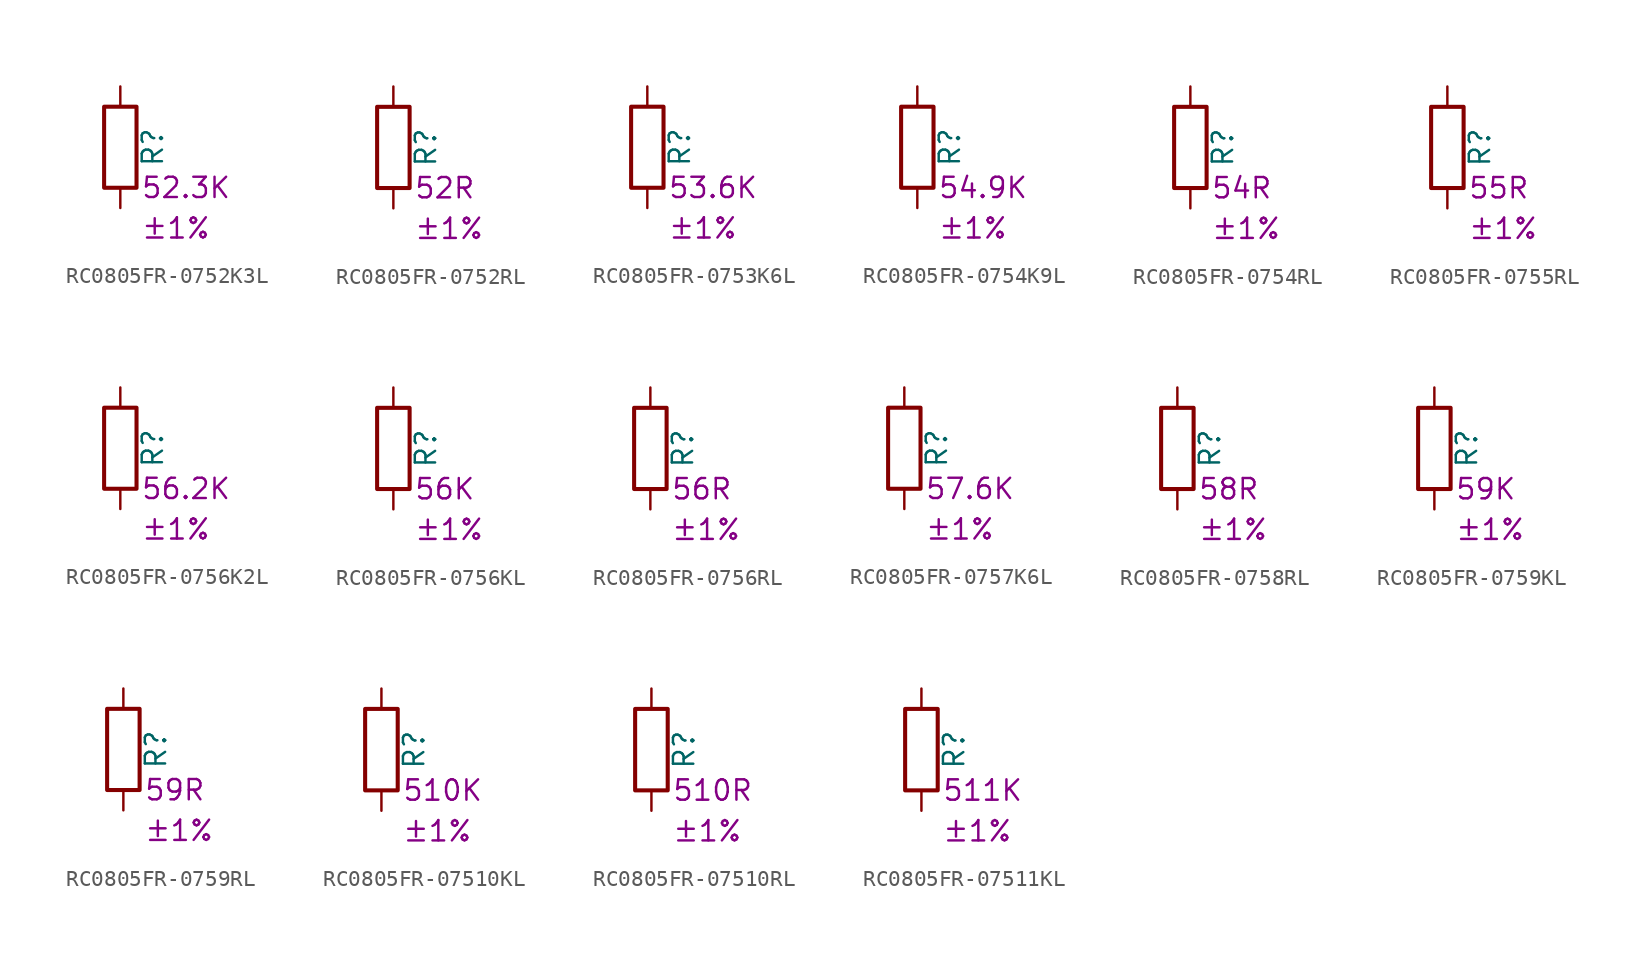
<source format=kicad_sym>
(kicad_symbol_lib
  (version 20220914)
  (generator kicad_symbol_editor)
  (symbol "RC0805FR-0752K3L"
    (pin_numbers hide)
    (pin_names
      (offset 0))
    (property "Reference" "R"
      (at 2.032 0 90)
      (effects (font (size 1.27 1.27))))
    (property "Resistance" "52.3K"
      (at 1.27 -2.54 0)
      (effects (font (size 1.27 1.27)) (justify left)))
    (property "Tolerance" "±1%"
      (at 1.27 -5.08 0)
      (effects (font (size 1.27 1.27)) (justify left)))
    (symbol "RC0805FR-0752K3L_0_1"
      (rectangle (start -1.016 -2.54) (end 1.016 2.54) (stroke (width 0.254) (type default)) (fill (type none))))
    (symbol "RC0805FR-0752K3L_1_1"
      (pin passive line (at 0 3.81 270) (length 1.27) (name "~" (effects (font (size 1.27 1.27)))) (number "1" (effects (font (size 1.27 1.27)))))
      (pin passive line (at 0 -3.81 90) (length 1.27) (name "~" (effects (font (size 1.27 1.27)))) (number "2" (effects (font (size 1.27 1.27)))))))
  (symbol "RC0805FR-0752RL"
    (pin_numbers hide)
    (pin_names
      (offset 0))
    (property "Reference" "R"
      (at 2.032 0 90)
      (effects (font (size 1.27 1.27))))
    (property "Resistance" "52R"
      (at 1.27 -2.54 0)
      (effects (font (size 1.27 1.27)) (justify left)))
    (property "Tolerance" "±1%"
      (at 1.27 -5.08 0)
      (effects (font (size 1.27 1.27)) (justify left)))
    (symbol "RC0805FR-0752RL_0_1"
      (rectangle (start -1.016 -2.54) (end 1.016 2.54) (stroke (width 0.254) (type default)) (fill (type none))))
    (symbol "RC0805FR-0752RL_1_1"
      (pin passive line (at 0 3.81 270) (length 1.27) (name "~" (effects (font (size 1.27 1.27)))) (number "1" (effects (font (size 1.27 1.27)))))
      (pin passive line (at 0 -3.81 90) (length 1.27) (name "~" (effects (font (size 1.27 1.27)))) (number "2" (effects (font (size 1.27 1.27)))))))
  (symbol "RC0805FR-0753K6L"
    (pin_numbers hide)
    (pin_names
      (offset 0))
    (property "Reference" "R"
      (at 2.032 0 90)
      (effects (font (size 1.27 1.27))))
    (property "Resistance" "53.6K"
      (at 1.27 -2.54 0)
      (effects (font (size 1.27 1.27)) (justify left)))
    (property "Tolerance" "±1%"
      (at 1.27 -5.08 0)
      (effects (font (size 1.27 1.27)) (justify left)))
    (symbol "RC0805FR-0753K6L_0_1"
      (rectangle (start -1.016 -2.54) (end 1.016 2.54) (stroke (width 0.254) (type default)) (fill (type none))))
    (symbol "RC0805FR-0753K6L_1_1"
      (pin passive line (at 0 3.81 270) (length 1.27) (name "~" (effects (font (size 1.27 1.27)))) (number "1" (effects (font (size 1.27 1.27)))))
      (pin passive line (at 0 -3.81 90) (length 1.27) (name "~" (effects (font (size 1.27 1.27)))) (number "2" (effects (font (size 1.27 1.27)))))))
  (symbol "RC0805FR-0754K9L"
    (pin_numbers hide)
    (pin_names
      (offset 0))
    (property "Reference" "R"
      (at 2.032 0 90)
      (effects (font (size 1.27 1.27))))
    (property "Resistance" "54.9K"
      (at 1.27 -2.54 0)
      (effects (font (size 1.27 1.27)) (justify left)))
    (property "Tolerance" "±1%"
      (at 1.27 -5.08 0)
      (effects (font (size 1.27 1.27)) (justify left)))
    (symbol "RC0805FR-0754K9L_0_1"
      (rectangle (start -1.016 -2.54) (end 1.016 2.54) (stroke (width 0.254) (type default)) (fill (type none))))
    (symbol "RC0805FR-0754K9L_1_1"
      (pin passive line (at 0 3.81 270) (length 1.27) (name "~" (effects (font (size 1.27 1.27)))) (number "1" (effects (font (size 1.27 1.27)))))
      (pin passive line (at 0 -3.81 90) (length 1.27) (name "~" (effects (font (size 1.27 1.27)))) (number "2" (effects (font (size 1.27 1.27)))))))
  (symbol "RC0805FR-0754RL"
    (pin_numbers hide)
    (pin_names
      (offset 0))
    (property "Reference" "R"
      (at 2.032 0 90)
      (effects (font (size 1.27 1.27))))
    (property "Resistance" "54R"
      (at 1.27 -2.54 0)
      (effects (font (size 1.27 1.27)) (justify left)))
    (property "Tolerance" "±1%"
      (at 1.27 -5.08 0)
      (effects (font (size 1.27 1.27)) (justify left)))
    (symbol "RC0805FR-0754RL_0_1"
      (rectangle (start -1.016 -2.54) (end 1.016 2.54) (stroke (width 0.254) (type default)) (fill (type none))))
    (symbol "RC0805FR-0754RL_1_1"
      (pin passive line (at 0 3.81 270) (length 1.27) (name "~" (effects (font (size 1.27 1.27)))) (number "1" (effects (font (size 1.27 1.27)))))
      (pin passive line (at 0 -3.81 90) (length 1.27) (name "~" (effects (font (size 1.27 1.27)))) (number "2" (effects (font (size 1.27 1.27)))))))
  (symbol "RC0805FR-0755RL"
    (pin_numbers hide)
    (pin_names
      (offset 0))
    (property "Reference" "R"
      (at 2.032 0 90)
      (effects (font (size 1.27 1.27))))
    (property "Resistance" "55R"
      (at 1.27 -2.54 0)
      (effects (font (size 1.27 1.27)) (justify left)))
    (property "Tolerance" "±1%"
      (at 1.27 -5.08 0)
      (effects (font (size 1.27 1.27)) (justify left)))
    (symbol "RC0805FR-0755RL_0_1"
      (rectangle (start -1.016 -2.54) (end 1.016 2.54) (stroke (width 0.254) (type default)) (fill (type none))))
    (symbol "RC0805FR-0755RL_1_1"
      (pin passive line (at 0 3.81 270) (length 1.27) (name "~" (effects (font (size 1.27 1.27)))) (number "1" (effects (font (size 1.27 1.27)))))
      (pin passive line (at 0 -3.81 90) (length 1.27) (name "~" (effects (font (size 1.27 1.27)))) (number "2" (effects (font (size 1.27 1.27)))))))
  (symbol "RC0805FR-0756K2L"
    (pin_numbers hide)
    (pin_names
      (offset 0))
    (property "Reference" "R"
      (at 2.032 0 90)
      (effects (font (size 1.27 1.27))))
    (property "Resistance" "56.2K"
      (at 1.27 -2.54 0)
      (effects (font (size 1.27 1.27)) (justify left)))
    (property "Tolerance" "±1%"
      (at 1.27 -5.08 0)
      (effects (font (size 1.27 1.27)) (justify left)))
    (symbol "RC0805FR-0756K2L_0_1"
      (rectangle (start -1.016 -2.54) (end 1.016 2.54) (stroke (width 0.254) (type default)) (fill (type none))))
    (symbol "RC0805FR-0756K2L_1_1"
      (pin passive line (at 0 3.81 270) (length 1.27) (name "~" (effects (font (size 1.27 1.27)))) (number "1" (effects (font (size 1.27 1.27)))))
      (pin passive line (at 0 -3.81 90) (length 1.27) (name "~" (effects (font (size 1.27 1.27)))) (number "2" (effects (font (size 1.27 1.27)))))))
  (symbol "RC0805FR-0756KL"
    (pin_numbers hide)
    (pin_names
      (offset 0))
    (property "Reference" "R"
      (at 2.032 0 90)
      (effects (font (size 1.27 1.27))))
    (property "Resistance" "56K"
      (at 1.27 -2.54 0)
      (effects (font (size 1.27 1.27)) (justify left)))
    (property "Tolerance" "±1%"
      (at 1.27 -5.08 0)
      (effects (font (size 1.27 1.27)) (justify left)))
    (symbol "RC0805FR-0756KL_0_1"
      (rectangle (start -1.016 -2.54) (end 1.016 2.54) (stroke (width 0.254) (type default)) (fill (type none))))
    (symbol "RC0805FR-0756KL_1_1"
      (pin passive line (at 0 3.81 270) (length 1.27) (name "~" (effects (font (size 1.27 1.27)))) (number "1" (effects (font (size 1.27 1.27)))))
      (pin passive line (at 0 -3.81 90) (length 1.27) (name "~" (effects (font (size 1.27 1.27)))) (number "2" (effects (font (size 1.27 1.27)))))))
  (symbol "RC0805FR-0756RL"
    (pin_numbers hide)
    (pin_names
      (offset 0))
    (property "Reference" "R"
      (at 2.032 0 90)
      (effects (font (size 1.27 1.27))))
    (property "Resistance" "56R"
      (at 1.27 -2.54 0)
      (effects (font (size 1.27 1.27)) (justify left)))
    (property "Tolerance" "±1%"
      (at 1.27 -5.08 0)
      (effects (font (size 1.27 1.27)) (justify left)))
    (symbol "RC0805FR-0756RL_0_1"
      (rectangle (start -1.016 -2.54) (end 1.016 2.54) (stroke (width 0.254) (type default)) (fill (type none))))
    (symbol "RC0805FR-0756RL_1_1"
      (pin passive line (at 0 3.81 270) (length 1.27) (name "~" (effects (font (size 1.27 1.27)))) (number "1" (effects (font (size 1.27 1.27)))))
      (pin passive line (at 0 -3.81 90) (length 1.27) (name "~" (effects (font (size 1.27 1.27)))) (number "2" (effects (font (size 1.27 1.27)))))))
  (symbol "RC0805FR-0757K6L"
    (pin_numbers hide)
    (pin_names
      (offset 0))
    (property "Reference" "R"
      (at 2.032 0 90)
      (effects (font (size 1.27 1.27))))
    (property "Resistance" "57.6K"
      (at 1.27 -2.54 0)
      (effects (font (size 1.27 1.27)) (justify left)))
    (property "Tolerance" "±1%"
      (at 1.27 -5.08 0)
      (effects (font (size 1.27 1.27)) (justify left)))
    (symbol "RC0805FR-0757K6L_0_1"
      (rectangle (start -1.016 -2.54) (end 1.016 2.54) (stroke (width 0.254) (type default)) (fill (type none))))
    (symbol "RC0805FR-0757K6L_1_1"
      (pin passive line (at 0 3.81 270) (length 1.27) (name "~" (effects (font (size 1.27 1.27)))) (number "1" (effects (font (size 1.27 1.27)))))
      (pin passive line (at 0 -3.81 90) (length 1.27) (name "~" (effects (font (size 1.27 1.27)))) (number "2" (effects (font (size 1.27 1.27)))))))
  (symbol "RC0805FR-0758RL"
    (pin_numbers hide)
    (pin_names
      (offset 0))
    (property "Reference" "R"
      (at 2.032 0 90)
      (effects (font (size 1.27 1.27))))
    (property "Resistance" "58R"
      (at 1.27 -2.54 0)
      (effects (font (size 1.27 1.27)) (justify left)))
    (property "Tolerance" "±1%"
      (at 1.27 -5.08 0)
      (effects (font (size 1.27 1.27)) (justify left)))
    (symbol "RC0805FR-0758RL_0_1"
      (rectangle (start -1.016 -2.54) (end 1.016 2.54) (stroke (width 0.254) (type default)) (fill (type none))))
    (symbol "RC0805FR-0758RL_1_1"
      (pin passive line (at 0 3.81 270) (length 1.27) (name "~" (effects (font (size 1.27 1.27)))) (number "1" (effects (font (size 1.27 1.27)))))
      (pin passive line (at 0 -3.81 90) (length 1.27) (name "~" (effects (font (size 1.27 1.27)))) (number "2" (effects (font (size 1.27 1.27)))))))
  (symbol "RC0805FR-0759KL"
    (pin_numbers hide)
    (pin_names
      (offset 0))
    (property "Reference" "R"
      (at 2.032 0 90)
      (effects (font (size 1.27 1.27))))
    (property "Resistance" "59K"
      (at 1.27 -2.54 0)
      (effects (font (size 1.27 1.27)) (justify left)))
    (property "Tolerance" "±1%"
      (at 1.27 -5.08 0)
      (effects (font (size 1.27 1.27)) (justify left)))
    (symbol "RC0805FR-0759KL_0_1"
      (rectangle (start -1.016 -2.54) (end 1.016 2.54) (stroke (width 0.254) (type default)) (fill (type none))))
    (symbol "RC0805FR-0759KL_1_1"
      (pin passive line (at 0 3.81 270) (length 1.27) (name "~" (effects (font (size 1.27 1.27)))) (number "1" (effects (font (size 1.27 1.27)))))
      (pin passive line (at 0 -3.81 90) (length 1.27) (name "~" (effects (font (size 1.27 1.27)))) (number "2" (effects (font (size 1.27 1.27)))))))
  (symbol "RC0805FR-0759RL"
    (pin_numbers hide)
    (pin_names
      (offset 0))
    (property "Reference" "R"
      (at 2.032 0 90)
      (effects (font (size 1.27 1.27))))
    (property "Resistance" "59R"
      (at 1.27 -2.54 0)
      (effects (font (size 1.27 1.27)) (justify left)))
    (property "Tolerance" "±1%"
      (at 1.27 -5.08 0)
      (effects (font (size 1.27 1.27)) (justify left)))
    (symbol "RC0805FR-0759RL_0_1"
      (rectangle (start -1.016 -2.54) (end 1.016 2.54) (stroke (width 0.254) (type default)) (fill (type none))))
    (symbol "RC0805FR-0759RL_1_1"
      (pin passive line (at 0 3.81 270) (length 1.27) (name "~" (effects (font (size 1.27 1.27)))) (number "1" (effects (font (size 1.27 1.27)))))
      (pin passive line (at 0 -3.81 90) (length 1.27) (name "~" (effects (font (size 1.27 1.27)))) (number "2" (effects (font (size 1.27 1.27)))))))
  (symbol "RC0805FR-07510KL"
    (pin_numbers hide)
    (pin_names
      (offset 0))
    (property "Reference" "R"
      (at 2.032 0 90)
      (effects (font (size 1.27 1.27))))
    (property "Resistance" "510K"
      (at 1.27 -2.54 0)
      (effects (font (size 1.27 1.27)) (justify left)))
    (property "Tolerance" "±1%"
      (at 1.27 -5.08 0)
      (effects (font (size 1.27 1.27)) (justify left)))
    (symbol "RC0805FR-07510KL_0_1"
      (rectangle (start -1.016 -2.54) (end 1.016 2.54) (stroke (width 0.254) (type default)) (fill (type none))))
    (symbol "RC0805FR-07510KL_1_1"
      (pin passive line (at 0 3.81 270) (length 1.27) (name "~" (effects (font (size 1.27 1.27)))) (number "1" (effects (font (size 1.27 1.27)))))
      (pin passive line (at 0 -3.81 90) (length 1.27) (name "~" (effects (font (size 1.27 1.27)))) (number "2" (effects (font (size 1.27 1.27)))))))
  (symbol "RC0805FR-07510RL"
    (pin_numbers hide)
    (pin_names
      (offset 0))
    (property "Reference" "R"
      (at 2.032 0 90)
      (effects (font (size 1.27 1.27))))
    (property "Resistance" "510R"
      (at 1.27 -2.54 0)
      (effects (font (size 1.27 1.27)) (justify left)))
    (property "Tolerance" "±1%"
      (at 1.27 -5.08 0)
      (effects (font (size 1.27 1.27)) (justify left)))
    (symbol "RC0805FR-07510RL_0_1"
      (rectangle (start -1.016 -2.54) (end 1.016 2.54) (stroke (width 0.254) (type default)) (fill (type none))))
    (symbol "RC0805FR-07510RL_1_1"
      (pin passive line (at 0 3.81 270) (length 1.27) (name "~" (effects (font (size 1.27 1.27)))) (number "1" (effects (font (size 1.27 1.27)))))
      (pin passive line (at 0 -3.81 90) (length 1.27) (name "~" (effects (font (size 1.27 1.27)))) (number "2" (effects (font (size 1.27 1.27)))))))
  (symbol "RC0805FR-07511KL"
    (pin_numbers hide)
    (pin_names
      (offset 0))
    (property "Reference" "R"
      (at 2.032 0 90)
      (effects (font (size 1.27 1.27))))
    (property "Resistance" "511K"
      (at 1.27 -2.54 0)
      (effects (font (size 1.27 1.27)) (justify left)))
    (property "Tolerance" "±1%"
      (at 1.27 -5.08 0)
      (effects (font (size 1.27 1.27)) (justify left)))
    (symbol "RC0805FR-07511KL_0_1"
      (rectangle (start -1.016 -2.54) (end 1.016 2.54) (stroke (width 0.254) (type default)) (fill (type none))))
    (symbol "RC0805FR-07511KL_1_1"
      (pin passive line (at 0 3.81 270) (length 1.27) (name "~" (effects (font (size 1.27 1.27)))) (number "1" (effects (font (size 1.27 1.27)))))
      (pin passive line (at 0 -3.81 90) (length 1.27) (name "~" (effects (font (size 1.27 1.27)))) (number "2" (effects (font (size 1.27 1.27))))))))
</source>
